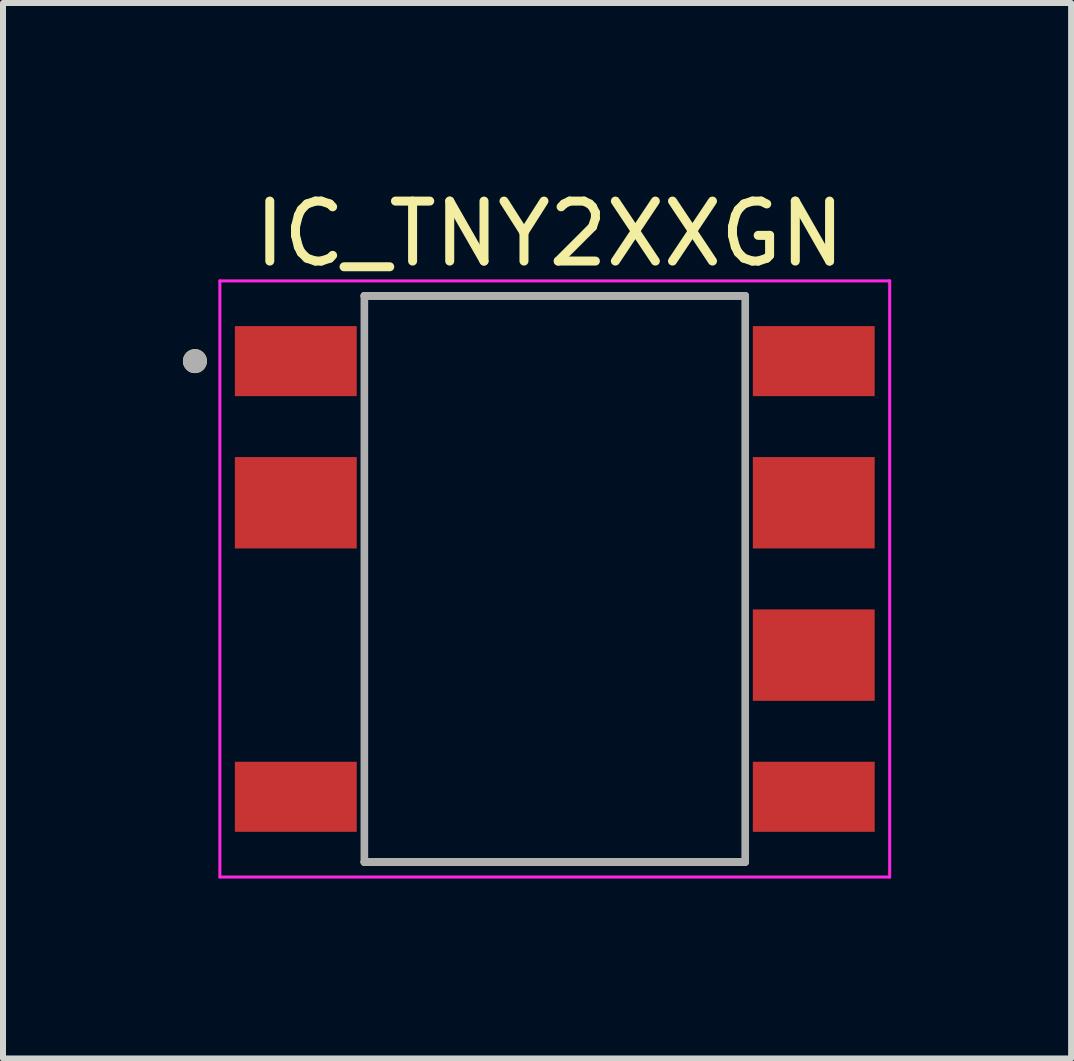
<source format=kicad_pcb>
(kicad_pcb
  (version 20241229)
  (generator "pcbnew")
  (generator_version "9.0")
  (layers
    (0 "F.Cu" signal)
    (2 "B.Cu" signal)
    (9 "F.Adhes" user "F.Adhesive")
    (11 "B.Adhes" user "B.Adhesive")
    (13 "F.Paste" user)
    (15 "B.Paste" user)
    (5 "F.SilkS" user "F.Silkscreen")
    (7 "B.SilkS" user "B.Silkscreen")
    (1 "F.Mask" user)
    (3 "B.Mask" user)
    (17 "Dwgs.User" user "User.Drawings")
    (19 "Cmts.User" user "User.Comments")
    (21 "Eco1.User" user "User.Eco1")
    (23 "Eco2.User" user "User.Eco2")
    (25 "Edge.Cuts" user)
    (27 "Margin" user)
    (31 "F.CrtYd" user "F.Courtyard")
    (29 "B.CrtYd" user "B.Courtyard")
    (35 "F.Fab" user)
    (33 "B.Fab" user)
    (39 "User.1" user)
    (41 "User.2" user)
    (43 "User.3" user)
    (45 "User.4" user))
  (footprint "IC_TNY2XXGN"
    (layer "F.Cu")
    (at 6.2 6.603)
    (property "Reference" "IC_TNY2XXGN" (at -0.085 -5.755 0) (layer "F.SilkS") (effects (font (size 1 1) (thickness 0.15))))
    (attr smd)
    (fp_line (start -3.175 4.72) (end 3.175 4.72) (stroke (width 0.127) (type solid)) (layer "F.SilkS"))
    (fp_line (start 3.175 -4.72) (end -3.175 -4.72) (stroke (width 0.127) (type solid)) (layer "F.SilkS"))
    (fp_circle (center -6 -3.632) (end -5.9 -3.632) (stroke (width 0.2) (type solid)) (fill no) (layer "F.SilkS"))
    (fp_line (start -5.584 -4.97) (end 5.584 -4.97) (stroke (width 0.05) (type solid)) (layer "F.CrtYd"))
    (fp_line (start -5.584 4.97) (end -5.584 -4.97) (stroke (width 0.05) (type solid)) (layer "F.CrtYd"))
    (fp_line (start 5.584 -4.97) (end 5.584 4.97) (stroke (width 0.05) (type solid)) (layer "F.CrtYd"))
    (fp_line (start 5.584 4.97) (end -5.584 4.97) (stroke (width 0.05) (type solid)) (layer "F.CrtYd"))
    (fp_line (start -3.175 -4.72) (end 3.175 -4.72) (stroke (width 0.127) (type solid)) (layer "F.Fab"))
    (fp_line (start -3.175 4.72) (end -3.175 -4.72) (stroke (width 0.127) (type solid)) (layer "F.Fab"))
    (fp_line (start 3.175 -4.72) (end 3.175 4.72) (stroke (width 0.127) (type solid)) (layer "F.Fab"))
    (fp_line (start 3.175 4.72) (end -3.175 4.72) (stroke (width 0.127) (type solid)) (layer "F.Fab"))
    (fp_circle (center -6 -3.632) (end -5.9 -3.632) (stroke (width 0.2) (type solid)) (fill no) (layer "F.Fab"))
    (pad "1" smd rect (at -4.318 -3.632) (size 2.032 1.168) (layers "F.Cu" "F.Mask" "F.Paste"))
    (pad "2" smd rect (at -4.318 -1.27) (size 2.032 1.524) (layers "F.Cu" "F.Mask" "F.Paste"))
    (pad "4" smd rect (at -4.318 3.632) (size 2.032 1.168) (layers "F.Cu" "F.Mask" "F.Paste"))
    (pad "5" smd rect (at 4.318 3.632) (size 2.032 1.168) (layers "F.Cu" "F.Mask" "F.Paste"))
    (pad "6" smd rect (at 4.318 1.27) (size 2.032 1.524) (layers "F.Cu" "F.Mask" "F.Paste"))
    (pad "7" smd rect (at 4.318 -1.27) (size 2.032 1.524) (layers "F.Cu" "F.Mask" "F.Paste"))
    (pad "8" smd rect (at 4.318 -3.632) (size 2.032 1.168) (layers "F.Cu" "F.Mask" "F.Paste")))
  (gr_rect
    (start -3 -3)
    (end 14.809 14.598)
    (stroke (width 0.1) (type default))
    (fill no)
    (layer "Edge.Cuts")))
</source>
